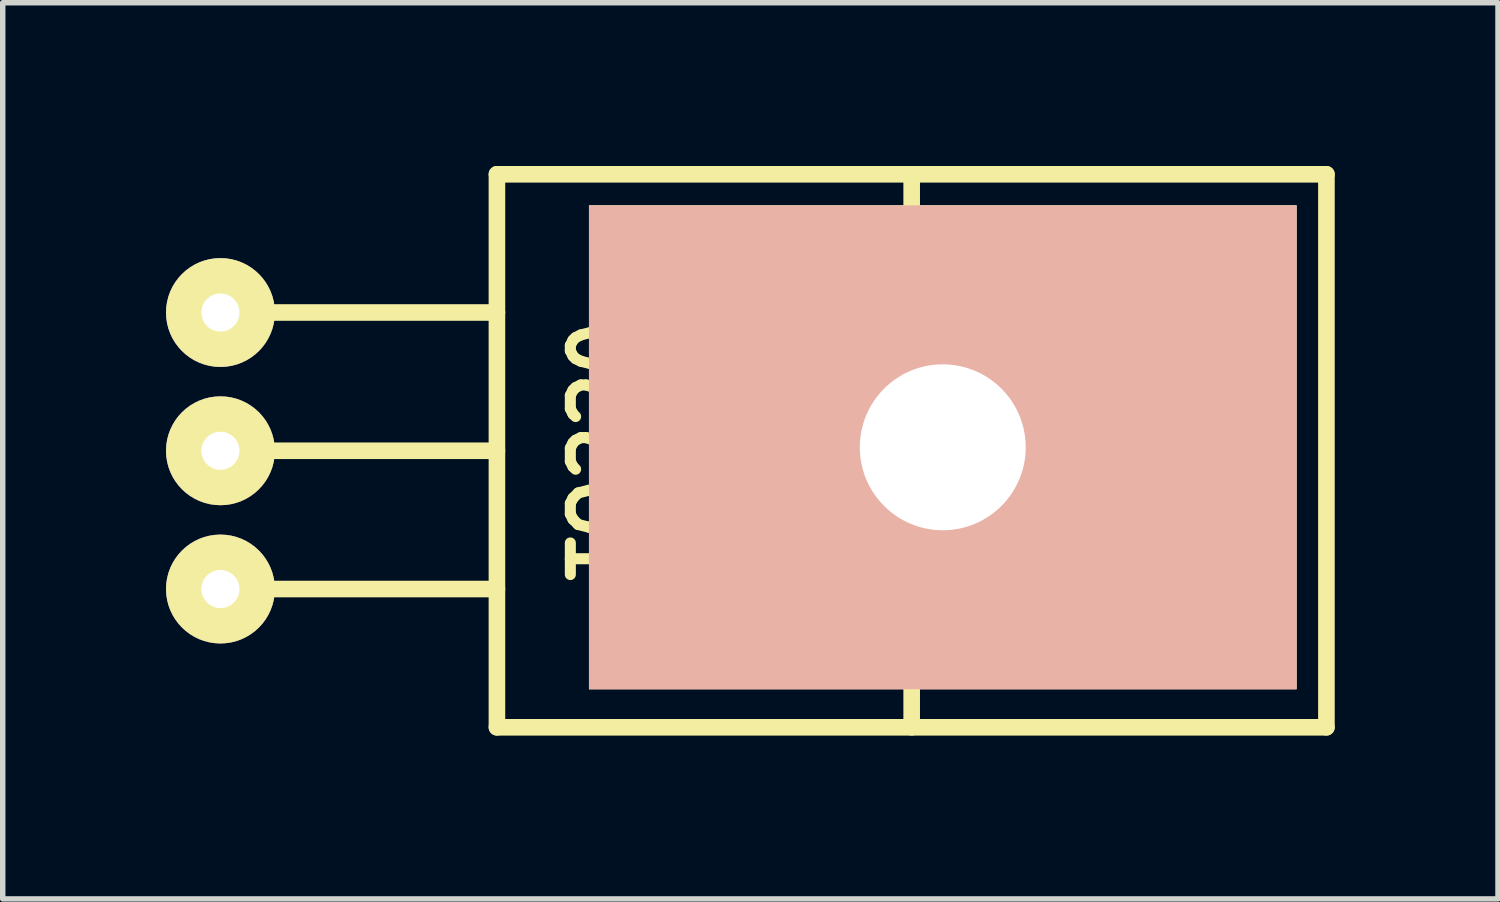
<source format=kicad_pcb>
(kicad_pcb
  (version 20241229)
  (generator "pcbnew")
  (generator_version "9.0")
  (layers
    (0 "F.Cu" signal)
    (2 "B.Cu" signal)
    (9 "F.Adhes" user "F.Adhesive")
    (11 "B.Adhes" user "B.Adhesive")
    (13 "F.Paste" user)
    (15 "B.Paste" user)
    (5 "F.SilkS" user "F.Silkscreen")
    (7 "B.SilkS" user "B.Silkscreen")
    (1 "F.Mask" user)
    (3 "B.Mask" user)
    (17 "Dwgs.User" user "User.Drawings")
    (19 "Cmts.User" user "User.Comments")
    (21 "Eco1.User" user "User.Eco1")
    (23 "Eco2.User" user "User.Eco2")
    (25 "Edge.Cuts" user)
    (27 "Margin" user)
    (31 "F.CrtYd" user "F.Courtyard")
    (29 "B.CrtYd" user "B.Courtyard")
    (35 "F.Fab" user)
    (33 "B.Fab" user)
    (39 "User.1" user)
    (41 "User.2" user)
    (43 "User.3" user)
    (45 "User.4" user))
  (footprint "TO220"
    (layer "F.Cu")
    (at 1 5.232)
    (property "Reference" "TO220" (at 6.985 0 90) (layer "F.SilkS") (effects (font (size 1.016 1.016) (thickness 0.203))))
    (attr through_hole)
    (fp_line (start 0 -2.54) (end 5.08 -2.54) (stroke (width 0.305) (type solid)) (layer "F.SilkS"))
    (fp_line (start 0 0) (end 5.08 0) (stroke (width 0.305) (type solid)) (layer "F.SilkS"))
    (fp_line (start 0 2.54) (end 5.08 2.54) (stroke (width 0.305) (type solid)) (layer "F.SilkS"))
    (fp_line (start 5.08 -5.08) (end 5.08 5.08) (stroke (width 0.305) (type solid)) (layer "F.SilkS"))
    (fp_line (start 5.08 5.08) (end 20.32 5.08) (stroke (width 0.305) (type solid)) (layer "F.SilkS"))
    (fp_line (start 12.7 3.81) (end 12.7 -5.08) (stroke (width 0.305) (type solid)) (layer "F.SilkS"))
    (fp_line (start 12.7 3.81) (end 12.7 5.08) (stroke (width 0.305) (type solid)) (layer "F.SilkS"))
    (fp_line (start 20.32 -5.08) (end 5.08 -5.08) (stroke (width 0.305) (type solid)) (layer "F.SilkS"))
    (fp_line (start 20.32 5.08) (end 20.32 -5.08) (stroke (width 0.305) (type solid)) (layer "F.SilkS"))
    (pad "A" thru_hole circle (at 0 0) (size 2 2) (drill 0.7) (layers "*.Cu" "*.Mask" "F.SilkS"))
    (pad "A" thru_hole rect (at 13.271 -0.064) (size 13 8.89) (drill 3.048) (layers "*.Cu" "*.SilkS" "*.Mask"))
    (pad "G" thru_hole circle (at 0 2.54) (size 2 2) (drill 0.7) (layers "*.Cu" "*.Mask" "F.SilkS"))
    (pad "K" thru_hole circle (at 0 -2.54) (size 2 2) (drill 0.7) (layers "*.Cu" "*.Mask" "F.SilkS")))
  (gr_rect
    (start -3 -3)
    (end 24.472 13.465)
    (stroke (width 0.1) (type default))
    (fill no)
    (layer "Edge.Cuts")))
</source>
